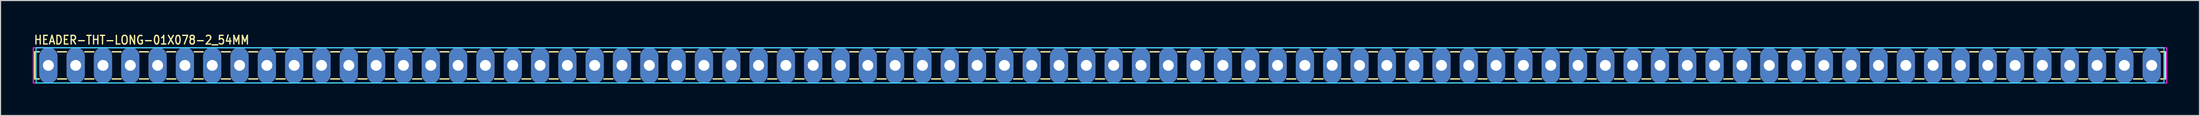
<source format=kicad_pcb>
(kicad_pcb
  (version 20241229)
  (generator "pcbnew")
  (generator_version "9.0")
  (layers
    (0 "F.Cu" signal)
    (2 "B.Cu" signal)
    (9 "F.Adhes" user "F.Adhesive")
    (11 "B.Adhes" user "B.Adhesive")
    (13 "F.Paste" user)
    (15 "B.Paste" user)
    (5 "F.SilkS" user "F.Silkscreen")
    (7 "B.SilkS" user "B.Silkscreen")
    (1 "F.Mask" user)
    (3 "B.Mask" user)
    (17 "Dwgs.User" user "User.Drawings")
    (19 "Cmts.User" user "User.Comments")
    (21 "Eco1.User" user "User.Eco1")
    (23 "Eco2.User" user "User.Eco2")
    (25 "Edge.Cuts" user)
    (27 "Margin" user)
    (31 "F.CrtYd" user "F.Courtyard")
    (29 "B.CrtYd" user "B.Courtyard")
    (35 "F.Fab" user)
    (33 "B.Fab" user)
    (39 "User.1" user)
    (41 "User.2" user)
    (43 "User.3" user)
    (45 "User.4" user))
  (footprint "HEADER-THT-LONG-01X078-2_54MM"
    (layer "F.Cu")
    (at 1.447 3.079)
    (property "Reference" "HEADER-THT-LONG-01X078-2_54MM" (at -1.4 -1.9 0) (unlocked yes) (layer "F.SilkS") (effects (font (size 0.813 0.695) (thickness 0.122)) (justify left bottom)))
    (fp_line (start -1.27 -1.27) (end -1.27 1.27) (stroke (width 0.127) (type solid)) (layer "F.SilkS"))
    (fp_line (start -1.27 1.27) (end -0.85 1.27) (stroke (width 0.127) (type solid)) (layer "F.SilkS"))
    (fp_line (start -0.85 -1.27) (end -1.27 -1.27) (stroke (width 0.127) (type solid)) (layer "F.SilkS"))
    (fp_line (start 0.85 -1.27) (end 1.69 -1.27) (stroke (width 0.127) (type solid)) (layer "F.SilkS"))
    (fp_line (start 0.85 1.27) (end 1.69 1.27) (stroke (width 0.127) (type solid)) (layer "F.SilkS"))
    (fp_line (start 3.39 -1.27) (end 4.23 -1.27) (stroke (width 0.127) (type solid)) (layer "F.SilkS"))
    (fp_line (start 3.39 1.27) (end 4.23 1.27) (stroke (width 0.127) (type solid)) (layer "F.SilkS"))
    (fp_line (start 5.93 -1.27) (end 6.77 -1.27) (stroke (width 0.127) (type solid)) (layer "F.SilkS"))
    (fp_line (start 5.93 1.27) (end 6.77 1.27) (stroke (width 0.127) (type solid)) (layer "F.SilkS"))
    (fp_line (start 8.47 -1.27) (end 9.31 -1.27) (stroke (width 0.127) (type solid)) (layer "F.SilkS"))
    (fp_line (start 8.47 1.27) (end 9.31 1.27) (stroke (width 0.127) (type solid)) (layer "F.SilkS"))
    (fp_line (start 11.01 -1.27) (end 11.85 -1.27) (stroke (width 0.127) (type solid)) (layer "F.SilkS"))
    (fp_line (start 11.01 1.27) (end 11.85 1.27) (stroke (width 0.127) (type solid)) (layer "F.SilkS"))
    (fp_line (start 13.55 -1.27) (end 14.39 -1.27) (stroke (width 0.127) (type solid)) (layer "F.SilkS"))
    (fp_line (start 13.55 1.27) (end 14.39 1.27) (stroke (width 0.127) (type solid)) (layer "F.SilkS"))
    (fp_line (start 16.09 -1.27) (end 16.93 -1.27) (stroke (width 0.127) (type solid)) (layer "F.SilkS"))
    (fp_line (start 16.09 1.27) (end 16.93 1.27) (stroke (width 0.127) (type solid)) (layer "F.SilkS"))
    (fp_line (start 18.63 -1.27) (end 19.47 -1.27) (stroke (width 0.127) (type solid)) (layer "F.SilkS"))
    (fp_line (start 18.63 1.27) (end 19.47 1.27) (stroke (width 0.127) (type solid)) (layer "F.SilkS"))
    (fp_line (start 21.17 -1.27) (end 22.01 -1.27) (stroke (width 0.127) (type solid)) (layer "F.SilkS"))
    (fp_line (start 21.17 1.27) (end 22.01 1.27) (stroke (width 0.127) (type solid)) (layer "F.SilkS"))
    (fp_line (start 23.71 -1.27) (end 24.55 -1.27) (stroke (width 0.127) (type solid)) (layer "F.SilkS"))
    (fp_line (start 23.71 1.27) (end 24.55 1.27) (stroke (width 0.127) (type solid)) (layer "F.SilkS"))
    (fp_line (start 26.25 -1.27) (end 27.09 -1.27) (stroke (width 0.127) (type solid)) (layer "F.SilkS"))
    (fp_line (start 26.25 1.27) (end 27.09 1.27) (stroke (width 0.127) (type solid)) (layer "F.SilkS"))
    (fp_line (start 28.79 -1.27) (end 29.63 -1.27) (stroke (width 0.127) (type solid)) (layer "F.SilkS"))
    (fp_line (start 28.79 1.27) (end 29.63 1.27) (stroke (width 0.127) (type solid)) (layer "F.SilkS"))
    (fp_line (start 31.33 -1.27) (end 32.17 -1.27) (stroke (width 0.127) (type solid)) (layer "F.SilkS"))
    (fp_line (start 31.33 1.27) (end 32.17 1.27) (stroke (width 0.127) (type solid)) (layer "F.SilkS"))
    (fp_line (start 33.87 -1.27) (end 34.71 -1.27) (stroke (width 0.127) (type solid)) (layer "F.SilkS"))
    (fp_line (start 33.87 1.27) (end 34.71 1.27) (stroke (width 0.127) (type solid)) (layer "F.SilkS"))
    (fp_line (start 36.41 -1.27) (end 37.25 -1.27) (stroke (width 0.127) (type solid)) (layer "F.SilkS"))
    (fp_line (start 36.41 1.27) (end 37.25 1.27) (stroke (width 0.127) (type solid)) (layer "F.SilkS"))
    (fp_line (start 38.95 -1.27) (end 39.79 -1.27) (stroke (width 0.127) (type solid)) (layer "F.SilkS"))
    (fp_line (start 38.95 1.27) (end 39.79 1.27) (stroke (width 0.127) (type solid)) (layer "F.SilkS"))
    (fp_line (start 41.49 -1.27) (end 42.33 -1.27) (stroke (width 0.127) (type solid)) (layer "F.SilkS"))
    (fp_line (start 41.49 1.27) (end 42.33 1.27) (stroke (width 0.127) (type solid)) (layer "F.SilkS"))
    (fp_line (start 44.03 -1.27) (end 44.87 -1.27) (stroke (width 0.127) (type solid)) (layer "F.SilkS"))
    (fp_line (start 44.03 1.27) (end 44.87 1.27) (stroke (width 0.127) (type solid)) (layer "F.SilkS"))
    (fp_line (start 46.57 -1.27) (end 47.41 -1.27) (stroke (width 0.127) (type solid)) (layer "F.SilkS"))
    (fp_line (start 46.57 1.27) (end 47.41 1.27) (stroke (width 0.127) (type solid)) (layer "F.SilkS"))
    (fp_line (start 49.11 -1.27) (end 49.95 -1.27) (stroke (width 0.127) (type solid)) (layer "F.SilkS"))
    (fp_line (start 49.11 1.27) (end 49.95 1.27) (stroke (width 0.127) (type solid)) (layer "F.SilkS"))
    (fp_line (start 51.65 -1.27) (end 52.49 -1.27) (stroke (width 0.127) (type solid)) (layer "F.SilkS"))
    (fp_line (start 51.65 1.27) (end 52.49 1.27) (stroke (width 0.127) (type solid)) (layer "F.SilkS"))
    (fp_line (start 54.19 -1.27) (end 55.03 -1.27) (stroke (width 0.127) (type solid)) (layer "F.SilkS"))
    (fp_line (start 54.19 1.27) (end 55.03 1.27) (stroke (width 0.127) (type solid)) (layer "F.SilkS"))
    (fp_line (start 56.73 -1.27) (end 57.57 -1.27) (stroke (width 0.127) (type solid)) (layer "F.SilkS"))
    (fp_line (start 56.73 1.27) (end 57.57 1.27) (stroke (width 0.127) (type solid)) (layer "F.SilkS"))
    (fp_line (start 59.27 -1.27) (end 60.11 -1.27) (stroke (width 0.127) (type solid)) (layer "F.SilkS"))
    (fp_line (start 59.27 1.27) (end 60.11 1.27) (stroke (width 0.127) (type solid)) (layer "F.SilkS"))
    (fp_line (start 61.81 -1.27) (end 62.65 -1.27) (stroke (width 0.127) (type solid)) (layer "F.SilkS"))
    (fp_line (start 61.81 1.27) (end 62.65 1.27) (stroke (width 0.127) (type solid)) (layer "F.SilkS"))
    (fp_line (start 64.35 -1.27) (end 65.19 -1.27) (stroke (width 0.127) (type solid)) (layer "F.SilkS"))
    (fp_line (start 64.35 1.27) (end 65.19 1.27) (stroke (width 0.127) (type solid)) (layer "F.SilkS"))
    (fp_line (start 66.89 -1.27) (end 67.73 -1.27) (stroke (width 0.127) (type solid)) (layer "F.SilkS"))
    (fp_line (start 66.89 1.27) (end 67.73 1.27) (stroke (width 0.127) (type solid)) (layer "F.SilkS"))
    (fp_line (start 69.43 -1.27) (end 70.27 -1.27) (stroke (width 0.127) (type solid)) (layer "F.SilkS"))
    (fp_line (start 69.43 1.27) (end 70.27 1.27) (stroke (width 0.127) (type solid)) (layer "F.SilkS"))
    (fp_line (start 71.97 -1.27) (end 72.81 -1.27) (stroke (width 0.127) (type solid)) (layer "F.SilkS"))
    (fp_line (start 71.97 1.27) (end 72.81 1.27) (stroke (width 0.127) (type solid)) (layer "F.SilkS"))
    (fp_line (start 74.51 -1.27) (end 75.35 -1.27) (stroke (width 0.127) (type solid)) (layer "F.SilkS"))
    (fp_line (start 74.51 1.27) (end 75.35 1.27) (stroke (width 0.127) (type solid)) (layer "F.SilkS"))
    (fp_line (start 77.05 -1.27) (end 77.89 -1.27) (stroke (width 0.127) (type solid)) (layer "F.SilkS"))
    (fp_line (start 77.05 1.27) (end 77.89 1.27) (stroke (width 0.127) (type solid)) (layer "F.SilkS"))
    (fp_line (start 79.59 -1.27) (end 80.43 -1.27) (stroke (width 0.127) (type solid)) (layer "F.SilkS"))
    (fp_line (start 79.59 1.27) (end 80.43 1.27) (stroke (width 0.127) (type solid)) (layer "F.SilkS"))
    (fp_line (start 82.13 -1.27) (end 82.97 -1.27) (stroke (width 0.127) (type solid)) (layer "F.SilkS"))
    (fp_line (start 82.13 1.27) (end 82.97 1.27) (stroke (width 0.127) (type solid)) (layer "F.SilkS"))
    (fp_line (start 84.67 -1.27) (end 85.51 -1.27) (stroke (width 0.127) (type solid)) (layer "F.SilkS"))
    (fp_line (start 84.67 1.27) (end 85.51 1.27) (stroke (width 0.127) (type solid)) (layer "F.SilkS"))
    (fp_line (start 87.21 -1.27) (end 88.05 -1.27) (stroke (width 0.127) (type solid)) (layer "F.SilkS"))
    (fp_line (start 87.21 1.27) (end 88.05 1.27) (stroke (width 0.127) (type solid)) (layer "F.SilkS"))
    (fp_line (start 89.75 -1.27) (end 90.59 -1.27) (stroke (width 0.127) (type solid)) (layer "F.SilkS"))
    (fp_line (start 89.75 1.27) (end 90.59 1.27) (stroke (width 0.127) (type solid)) (layer "F.SilkS"))
    (fp_line (start 92.29 -1.27) (end 93.13 -1.27) (stroke (width 0.127) (type solid)) (layer "F.SilkS"))
    (fp_line (start 92.29 1.27) (end 93.13 1.27) (stroke (width 0.127) (type solid)) (layer "F.SilkS"))
    (fp_line (start 94.83 -1.27) (end 95.67 -1.27) (stroke (width 0.127) (type solid)) (layer "F.SilkS"))
    (fp_line (start 94.83 1.27) (end 95.67 1.27) (stroke (width 0.127) (type solid)) (layer "F.SilkS"))
    (fp_line (start 97.37 -1.27) (end 98.21 -1.27) (stroke (width 0.127) (type solid)) (layer "F.SilkS"))
    (fp_line (start 97.37 1.27) (end 98.21 1.27) (stroke (width 0.127) (type solid)) (layer "F.SilkS"))
    (fp_line (start 99.91 -1.27) (end 100.75 -1.27) (stroke (width 0.127) (type solid)) (layer "F.SilkS"))
    (fp_line (start 99.91 1.27) (end 100.75 1.27) (stroke (width 0.127) (type solid)) (layer "F.SilkS"))
    (fp_line (start 102.45 -1.27) (end 103.29 -1.27) (stroke (width 0.127) (type solid)) (layer "F.SilkS"))
    (fp_line (start 102.45 1.27) (end 103.29 1.27) (stroke (width 0.127) (type solid)) (layer "F.SilkS"))
    (fp_line (start 104.99 -1.27) (end 105.83 -1.27) (stroke (width 0.127) (type solid)) (layer "F.SilkS"))
    (fp_line (start 104.99 1.27) (end 105.83 1.27) (stroke (width 0.127) (type solid)) (layer "F.SilkS"))
    (fp_line (start 107.53 -1.27) (end 108.37 -1.27) (stroke (width 0.127) (type solid)) (layer "F.SilkS"))
    (fp_line (start 107.53 1.27) (end 108.37 1.27) (stroke (width 0.127) (type solid)) (layer "F.SilkS"))
    (fp_line (start 110.07 -1.27) (end 110.91 -1.27) (stroke (width 0.127) (type solid)) (layer "F.SilkS"))
    (fp_line (start 110.07 1.27) (end 110.91 1.27) (stroke (width 0.127) (type solid)) (layer "F.SilkS"))
    (fp_line (start 112.61 -1.27) (end 113.45 -1.27) (stroke (width 0.127) (type solid)) (layer "F.SilkS"))
    (fp_line (start 112.61 1.27) (end 113.45 1.27) (stroke (width 0.127) (type solid)) (layer "F.SilkS"))
    (fp_line (start 115.15 -1.27) (end 115.99 -1.27) (stroke (width 0.127) (type solid)) (layer "F.SilkS"))
    (fp_line (start 115.15 1.27) (end 115.99 1.27) (stroke (width 0.127) (type solid)) (layer "F.SilkS"))
    (fp_line (start 117.69 -1.27) (end 118.53 -1.27) (stroke (width 0.127) (type solid)) (layer "F.SilkS"))
    (fp_line (start 117.69 1.27) (end 118.53 1.27) (stroke (width 0.127) (type solid)) (layer "F.SilkS"))
    (fp_line (start 120.23 -1.27) (end 121.07 -1.27) (stroke (width 0.127) (type solid)) (layer "F.SilkS"))
    (fp_line (start 120.23 1.27) (end 121.07 1.27) (stroke (width 0.127) (type solid)) (layer "F.SilkS"))
    (fp_line (start 122.77 -1.27) (end 123.61 -1.27) (stroke (width 0.127) (type solid)) (layer "F.SilkS"))
    (fp_line (start 122.77 1.27) (end 123.61 1.27) (stroke (width 0.127) (type solid)) (layer "F.SilkS"))
    (fp_line (start 125.31 -1.27) (end 126.15 -1.27) (stroke (width 0.127) (type solid)) (layer "F.SilkS"))
    (fp_line (start 125.31 1.27) (end 126.15 1.27) (stroke (width 0.127) (type solid)) (layer "F.SilkS"))
    (fp_line (start 127.85 -1.27) (end 128.69 -1.27) (stroke (width 0.127) (type solid)) (layer "F.SilkS"))
    (fp_line (start 127.85 1.27) (end 128.69 1.27) (stroke (width 0.127) (type solid)) (layer "F.SilkS"))
    (fp_line (start 130.39 -1.27) (end 131.23 -1.27) (stroke (width 0.127) (type solid)) (layer "F.SilkS"))
    (fp_line (start 130.39 1.27) (end 131.23 1.27) (stroke (width 0.127) (type solid)) (layer "F.SilkS"))
    (fp_line (start 132.93 -1.27) (end 133.77 -1.27) (stroke (width 0.127) (type solid)) (layer "F.SilkS"))
    (fp_line (start 132.93 1.27) (end 133.77 1.27) (stroke (width 0.127) (type solid)) (layer "F.SilkS"))
    (fp_line (start 135.47 -1.27) (end 136.31 -1.27) (stroke (width 0.127) (type solid)) (layer "F.SilkS"))
    (fp_line (start 135.47 1.27) (end 136.31 1.27) (stroke (width 0.127) (type solid)) (layer "F.SilkS"))
    (fp_line (start 138.01 -1.27) (end 138.85 -1.27) (stroke (width 0.127) (type solid)) (layer "F.SilkS"))
    (fp_line (start 138.01 1.27) (end 138.85 1.27) (stroke (width 0.127) (type solid)) (layer "F.SilkS"))
    (fp_line (start 140.55 -1.27) (end 141.39 -1.27) (stroke (width 0.127) (type solid)) (layer "F.SilkS"))
    (fp_line (start 140.55 1.27) (end 141.39 1.27) (stroke (width 0.127) (type solid)) (layer "F.SilkS"))
    (fp_line (start 143.09 -1.27) (end 143.93 -1.27) (stroke (width 0.127) (type solid)) (layer "F.SilkS"))
    (fp_line (start 143.09 1.27) (end 143.93 1.27) (stroke (width 0.127) (type solid)) (layer "F.SilkS"))
    (fp_line (start 145.63 -1.27) (end 146.47 -1.27) (stroke (width 0.127) (type solid)) (layer "F.SilkS"))
    (fp_line (start 145.63 1.27) (end 146.47 1.27) (stroke (width 0.127) (type solid)) (layer "F.SilkS"))
    (fp_line (start 148.17 -1.27) (end 149.01 -1.27) (stroke (width 0.127) (type solid)) (layer "F.SilkS"))
    (fp_line (start 148.17 1.27) (end 149.01 1.27) (stroke (width 0.127) (type solid)) (layer "F.SilkS"))
    (fp_line (start 150.71 -1.27) (end 151.55 -1.27) (stroke (width 0.127) (type solid)) (layer "F.SilkS"))
    (fp_line (start 150.71 1.27) (end 151.55 1.27) (stroke (width 0.127) (type solid)) (layer "F.SilkS"))
    (fp_line (start 153.25 -1.27) (end 154.09 -1.27) (stroke (width 0.127) (type solid)) (layer "F.SilkS"))
    (fp_line (start 153.25 1.27) (end 154.09 1.27) (stroke (width 0.127) (type solid)) (layer "F.SilkS"))
    (fp_line (start 155.79 -1.27) (end 156.63 -1.27) (stroke (width 0.127) (type solid)) (layer "F.SilkS"))
    (fp_line (start 155.79 1.27) (end 156.63 1.27) (stroke (width 0.127) (type solid)) (layer "F.SilkS"))
    (fp_line (start 158.33 -1.27) (end 159.17 -1.27) (stroke (width 0.127) (type solid)) (layer "F.SilkS"))
    (fp_line (start 158.33 1.27) (end 159.17 1.27) (stroke (width 0.127) (type solid)) (layer "F.SilkS"))
    (fp_line (start 160.87 -1.27) (end 161.71 -1.27) (stroke (width 0.127) (type solid)) (layer "F.SilkS"))
    (fp_line (start 160.87 1.27) (end 161.71 1.27) (stroke (width 0.127) (type solid)) (layer "F.SilkS"))
    (fp_line (start 163.41 -1.27) (end 164.25 -1.27) (stroke (width 0.127) (type solid)) (layer "F.SilkS"))
    (fp_line (start 163.41 1.27) (end 164.25 1.27) (stroke (width 0.127) (type solid)) (layer "F.SilkS"))
    (fp_line (start 165.95 -1.27) (end 166.79 -1.27) (stroke (width 0.127) (type solid)) (layer "F.SilkS"))
    (fp_line (start 165.95 1.27) (end 166.79 1.27) (stroke (width 0.127) (type solid)) (layer "F.SilkS"))
    (fp_line (start 168.49 -1.27) (end 169.33 -1.27) (stroke (width 0.127) (type solid)) (layer "F.SilkS"))
    (fp_line (start 168.49 1.27) (end 169.33 1.27) (stroke (width 0.127) (type solid)) (layer "F.SilkS"))
    (fp_line (start 171.03 -1.27) (end 171.87 -1.27) (stroke (width 0.127) (type solid)) (layer "F.SilkS"))
    (fp_line (start 171.03 1.27) (end 171.87 1.27) (stroke (width 0.127) (type solid)) (layer "F.SilkS"))
    (fp_line (start 173.57 -1.27) (end 174.41 -1.27) (stroke (width 0.127) (type solid)) (layer "F.SilkS"))
    (fp_line (start 173.57 1.27) (end 174.41 1.27) (stroke (width 0.127) (type solid)) (layer "F.SilkS"))
    (fp_line (start 176.11 -1.27) (end 176.95 -1.27) (stroke (width 0.127) (type solid)) (layer "F.SilkS"))
    (fp_line (start 176.11 1.27) (end 176.95 1.27) (stroke (width 0.127) (type solid)) (layer "F.SilkS"))
    (fp_line (start 178.65 -1.27) (end 179.49 -1.27) (stroke (width 0.127) (type solid)) (layer "F.SilkS"))
    (fp_line (start 178.65 1.27) (end 179.49 1.27) (stroke (width 0.127) (type solid)) (layer "F.SilkS"))
    (fp_line (start 181.19 -1.27) (end 182.03 -1.27) (stroke (width 0.127) (type solid)) (layer "F.SilkS"))
    (fp_line (start 181.19 1.27) (end 182.03 1.27) (stroke (width 0.127) (type solid)) (layer "F.SilkS"))
    (fp_line (start 183.73 -1.27) (end 184.57 -1.27) (stroke (width 0.127) (type solid)) (layer "F.SilkS"))
    (fp_line (start 183.73 1.27) (end 184.57 1.27) (stroke (width 0.127) (type solid)) (layer "F.SilkS"))
    (fp_line (start 186.27 -1.27) (end 187.11 -1.27) (stroke (width 0.127) (type solid)) (layer "F.SilkS"))
    (fp_line (start 186.27 1.27) (end 187.11 1.27) (stroke (width 0.127) (type solid)) (layer "F.SilkS"))
    (fp_line (start 188.81 -1.27) (end 189.65 -1.27) (stroke (width 0.127) (type solid)) (layer "F.SilkS"))
    (fp_line (start 188.81 1.27) (end 189.65 1.27) (stroke (width 0.127) (type solid)) (layer "F.SilkS"))
    (fp_line (start 191.35 -1.27) (end 192.19 -1.27) (stroke (width 0.127) (type solid)) (layer "F.SilkS"))
    (fp_line (start 191.35 1.27) (end 192.19 1.27) (stroke (width 0.127) (type solid)) (layer "F.SilkS"))
    (fp_line (start 193.89 -1.27) (end 194.73 -1.27) (stroke (width 0.127) (type solid)) (layer "F.SilkS"))
    (fp_line (start 193.89 1.27) (end 194.73 1.27) (stroke (width 0.127) (type solid)) (layer "F.SilkS"))
    (fp_line (start 196.43 -1.27) (end 196.85 -1.27) (stroke (width 0.127) (type solid)) (layer "F.SilkS"))
    (fp_line (start 196.85 -1.27) (end 196.85 1.27) (stroke (width 0.127) (type solid)) (layer "F.SilkS"))
    (fp_line (start 196.85 1.27) (end 196.43 1.27) (stroke (width 0.127) (type solid)) (layer "F.SilkS"))
    (fp_poly (pts (xy -1.143 -1.651) (xy 196.723 -1.651) (xy 196.723 1.651) (xy -1.143 1.651)) (stroke (width 0.1) (type solid)) (fill no) (layer "B.CrtYd"))
    (fp_poly (pts (xy -1.397 -1.651) (xy 196.977 -1.651) (xy 196.977 1.651) (xy -1.397 1.651)) (stroke (width 0.1) (type solid)) (fill no) (layer "F.CrtYd"))
    (pad "1" thru_hole oval (at 0 0 90) (size 3.387 1.693) (drill 1.016) (layers "*.Cu" "*.Mask"))
    (pad "2" thru_hole oval (at 2.54 0 90) (size 3.387 1.693) (drill 1.016) (layers "*.Cu" "*.Mask"))
    (pad "3" thru_hole oval (at 5.08 0 90) (size 3.387 1.693) (drill 1.016) (layers "*.Cu" "*.Mask"))
    (pad "4" thru_hole oval (at 7.62 0 90) (size 3.387 1.693) (drill 1.016) (layers "*.Cu" "*.Mask"))
    (pad "5" thru_hole oval (at 10.16 0 90) (size 3.387 1.693) (drill 1.016) (layers "*.Cu" "*.Mask"))
    (pad "6" thru_hole oval (at 12.7 0 90) (size 3.387 1.693) (drill 1.016) (layers "*.Cu" "*.Mask"))
    (pad "7" thru_hole oval (at 15.24 0 90) (size 3.387 1.693) (drill 1.016) (layers "*.Cu" "*.Mask"))
    (pad "8" thru_hole oval (at 17.78 0 90) (size 3.387 1.693) (drill 1.016) (layers "*.Cu" "*.Mask"))
    (pad "9" thru_hole oval (at 20.32 0 90) (size 3.387 1.693) (drill 1.016) (layers "*.Cu" "*.Mask"))
    (pad "10" thru_hole oval (at 22.86 0 90) (size 3.387 1.693) (drill 1.016) (layers "*.Cu" "*.Mask"))
    (pad "11" thru_hole oval (at 25.4 0 90) (size 3.387 1.693) (drill 1.016) (layers "*.Cu" "*.Mask"))
    (pad "12" thru_hole oval (at 27.94 0 90) (size 3.387 1.693) (drill 1.016) (layers "*.Cu" "*.Mask"))
    (pad "13" thru_hole oval (at 30.48 0 90) (size 3.387 1.693) (drill 1.016) (layers "*.Cu" "*.Mask"))
    (pad "14" thru_hole oval (at 33.02 0 90) (size 3.387 1.693) (drill 1.016) (layers "*.Cu" "*.Mask"))
    (pad "15" thru_hole oval (at 35.56 0 90) (size 3.387 1.693) (drill 1.016) (layers "*.Cu" "*.Mask"))
    (pad "16" thru_hole oval (at 38.1 0 90) (size 3.387 1.693) (drill 1.016) (layers "*.Cu" "*.Mask"))
    (pad "17" thru_hole oval (at 40.64 0 90) (size 3.387 1.693) (drill 1.016) (layers "*.Cu" "*.Mask"))
    (pad "18" thru_hole oval (at 43.18 0 90) (size 3.387 1.693) (drill 1.016) (layers "*.Cu" "*.Mask"))
    (pad "19" thru_hole oval (at 45.72 0 90) (size 3.387 1.693) (drill 1.016) (layers "*.Cu" "*.Mask"))
    (pad "20" thru_hole oval (at 48.26 0 90) (size 3.387 1.693) (drill 1.016) (layers "*.Cu" "*.Mask"))
    (pad "21" thru_hole oval (at 50.8 0 90) (size 3.387 1.693) (drill 1.016) (layers "*.Cu" "*.Mask"))
    (pad "22" thru_hole oval (at 53.34 0 90) (size 3.387 1.693) (drill 1.016) (layers "*.Cu" "*.Mask"))
    (pad "23" thru_hole oval (at 55.88 0 90) (size 3.387 1.693) (drill 1.016) (layers "*.Cu" "*.Mask"))
    (pad "24" thru_hole oval (at 58.42 0 90) (size 3.387 1.693) (drill 1.016) (layers "*.Cu" "*.Mask"))
    (pad "25" thru_hole oval (at 60.96 0 90) (size 3.387 1.693) (drill 1.016) (layers "*.Cu" "*.Mask"))
    (pad "26" thru_hole oval (at 63.5 0 90) (size 3.387 1.693) (drill 1.016) (layers "*.Cu" "*.Mask"))
    (pad "27" thru_hole oval (at 66.04 0 90) (size 3.387 1.693) (drill 1.016) (layers "*.Cu" "*.Mask"))
    (pad "28" thru_hole oval (at 68.58 0 90) (size 3.387 1.693) (drill 1.016) (layers "*.Cu" "*.Mask"))
    (pad "29" thru_hole oval (at 71.12 0 90) (size 3.387 1.693) (drill 1.016) (layers "*.Cu" "*.Mask"))
    (pad "30" thru_hole oval (at 73.66 0 90) (size 3.387 1.693) (drill 1.016) (layers "*.Cu" "*.Mask"))
    (pad "31" thru_hole oval (at 76.2 0 90) (size 3.387 1.693) (drill 1.016) (layers "*.Cu" "*.Mask"))
    (pad "32" thru_hole oval (at 78.74 0 90) (size 3.387 1.693) (drill 1.016) (layers "*.Cu" "*.Mask"))
    (pad "33" thru_hole oval (at 81.28 0 90) (size 3.387 1.693) (drill 1.016) (layers "*.Cu" "*.Mask"))
    (pad "34" thru_hole oval (at 83.82 0 90) (size 3.387 1.693) (drill 1.016) (layers "*.Cu" "*.Mask"))
    (pad "35" thru_hole oval (at 86.36 0 90) (size 3.387 1.693) (drill 1.016) (layers "*.Cu" "*.Mask"))
    (pad "36" thru_hole oval (at 88.9 0 90) (size 3.387 1.693) (drill 1.016) (layers "*.Cu" "*.Mask"))
    (pad "37" thru_hole oval (at 91.44 0 90) (size 3.387 1.693) (drill 1.016) (layers "*.Cu" "*.Mask"))
    (pad "38" thru_hole oval (at 93.98 0 90) (size 3.387 1.693) (drill 1.016) (layers "*.Cu" "*.Mask"))
    (pad "39" thru_hole oval (at 96.52 0 90) (size 3.387 1.693) (drill 1.016) (layers "*.Cu" "*.Mask"))
    (pad "40" thru_hole oval (at 99.06 0 90) (size 3.387 1.693) (drill 1.016) (layers "*.Cu" "*.Mask"))
    (pad "41" thru_hole oval (at 101.6 0 90) (size 3.387 1.693) (drill 1.016) (layers "*.Cu" "*.Mask"))
    (pad "42" thru_hole oval (at 104.14 0 90) (size 3.387 1.693) (drill 1.016) (layers "*.Cu" "*.Mask"))
    (pad "43" thru_hole oval (at 106.68 0 90) (size 3.387 1.693) (drill 1.016) (layers "*.Cu" "*.Mask"))
    (pad "44" thru_hole oval (at 109.22 0 90) (size 3.387 1.693) (drill 1.016) (layers "*.Cu" "*.Mask"))
    (pad "45" thru_hole oval (at 111.76 0 90) (size 3.387 1.693) (drill 1.016) (layers "*.Cu" "*.Mask"))
    (pad "46" thru_hole oval (at 114.3 0 90) (size 3.387 1.693) (drill 1.016) (layers "*.Cu" "*.Mask"))
    (pad "47" thru_hole oval (at 116.84 0 90) (size 3.387 1.693) (drill 1.016) (layers "*.Cu" "*.Mask"))
    (pad "48" thru_hole oval (at 119.38 0 90) (size 3.387 1.693) (drill 1.016) (layers "*.Cu" "*.Mask"))
    (pad "49" thru_hole oval (at 121.92 0 90) (size 3.387 1.693) (drill 1.016) (layers "*.Cu" "*.Mask"))
    (pad "50" thru_hole oval (at 124.46 0 90) (size 3.387 1.693) (drill 1.016) (layers "*.Cu" "*.Mask"))
    (pad "51" thru_hole oval (at 127 0 90) (size 3.387 1.693) (drill 1.016) (layers "*.Cu" "*.Mask"))
    (pad "52" thru_hole oval (at 129.54 0 90) (size 3.387 1.693) (drill 1.016) (layers "*.Cu" "*.Mask"))
    (pad "53" thru_hole oval (at 132.08 0 90) (size 3.387 1.693) (drill 1.016) (layers "*.Cu" "*.Mask"))
    (pad "54" thru_hole oval (at 134.62 0 90) (size 3.387 1.693) (drill 1.016) (layers "*.Cu" "*.Mask"))
    (pad "55" thru_hole oval (at 137.16 0 90) (size 3.387 1.693) (drill 1.016) (layers "*.Cu" "*.Mask"))
    (pad "56" thru_hole oval (at 139.7 0 90) (size 3.387 1.693) (drill 1.016) (layers "*.Cu" "*.Mask"))
    (pad "57" thru_hole oval (at 142.24 0 90) (size 3.387 1.693) (drill 1.016) (layers "*.Cu" "*.Mask"))
    (pad "58" thru_hole oval (at 144.78 0 90) (size 3.387 1.693) (drill 1.016) (layers "*.Cu" "*.Mask"))
    (pad "59" thru_hole oval (at 147.32 0 90) (size 3.387 1.693) (drill 1.016) (layers "*.Cu" "*.Mask"))
    (pad "60" thru_hole oval (at 149.86 0 90) (size 3.387 1.693) (drill 1.016) (layers "*.Cu" "*.Mask"))
    (pad "61" thru_hole oval (at 152.4 0 90) (size 3.387 1.693) (drill 1.016) (layers "*.Cu" "*.Mask"))
    (pad "62" thru_hole oval (at 154.94 0 90) (size 3.387 1.693) (drill 1.016) (layers "*.Cu" "*.Mask"))
    (pad "63" thru_hole oval (at 157.48 0 90) (size 3.387 1.693) (drill 1.016) (layers "*.Cu" "*.Mask"))
    (pad "64" thru_hole oval (at 160.02 0 90) (size 3.387 1.693) (drill 1.016) (layers "*.Cu" "*.Mask"))
    (pad "65" thru_hole oval (at 162.56 0 90) (size 3.387 1.693) (drill 1.016) (layers "*.Cu" "*.Mask"))
    (pad "66" thru_hole oval (at 165.1 0 90) (size 3.387 1.693) (drill 1.016) (layers "*.Cu" "*.Mask"))
    (pad "67" thru_hole oval (at 167.64 0 90) (size 3.387 1.693) (drill 1.016) (layers "*.Cu" "*.Mask"))
    (pad "68" thru_hole oval (at 170.18 0 90) (size 3.387 1.693) (drill 1.016) (layers "*.Cu" "*.Mask"))
    (pad "69" thru_hole oval (at 172.72 0 90) (size 3.387 1.693) (drill 1.016) (layers "*.Cu" "*.Mask"))
    (pad "70" thru_hole oval (at 175.26 0 90) (size 3.387 1.693) (drill 1.016) (layers "*.Cu" "*.Mask"))
    (pad "71" thru_hole oval (at 177.8 0 90) (size 3.387 1.693) (drill 1.016) (layers "*.Cu" "*.Mask"))
    (pad "72" thru_hole oval (at 180.34 0 90) (size 3.387 1.693) (drill 1.016) (layers "*.Cu" "*.Mask"))
    (pad "73" thru_hole oval (at 182.88 0 90) (size 3.387 1.693) (drill 1.016) (layers "*.Cu" "*.Mask"))
    (pad "74" thru_hole oval (at 185.42 0 90) (size 3.387 1.693) (drill 1.016) (layers "*.Cu" "*.Mask"))
    (pad "75" thru_hole oval (at 187.96 0 90) (size 3.387 1.693) (drill 1.016) (layers "*.Cu" "*.Mask"))
    (pad "76" thru_hole oval (at 190.5 0 90) (size 3.387 1.693) (drill 1.016) (layers "*.Cu" "*.Mask"))
    (pad "77" thru_hole oval (at 193.04 0 90) (size 3.387 1.693) (drill 1.016) (layers "*.Cu" "*.Mask"))
    (pad "78" thru_hole oval (at 195.58 0 90) (size 3.387 1.693) (drill 1.016) (layers "*.Cu" "*.Mask")))
  (gr_rect
    (start -3 -3)
    (end 201.474 7.78)
    (stroke (width 0.1) (type default))
    (fill no)
    (layer "Edge.Cuts")))
</source>
